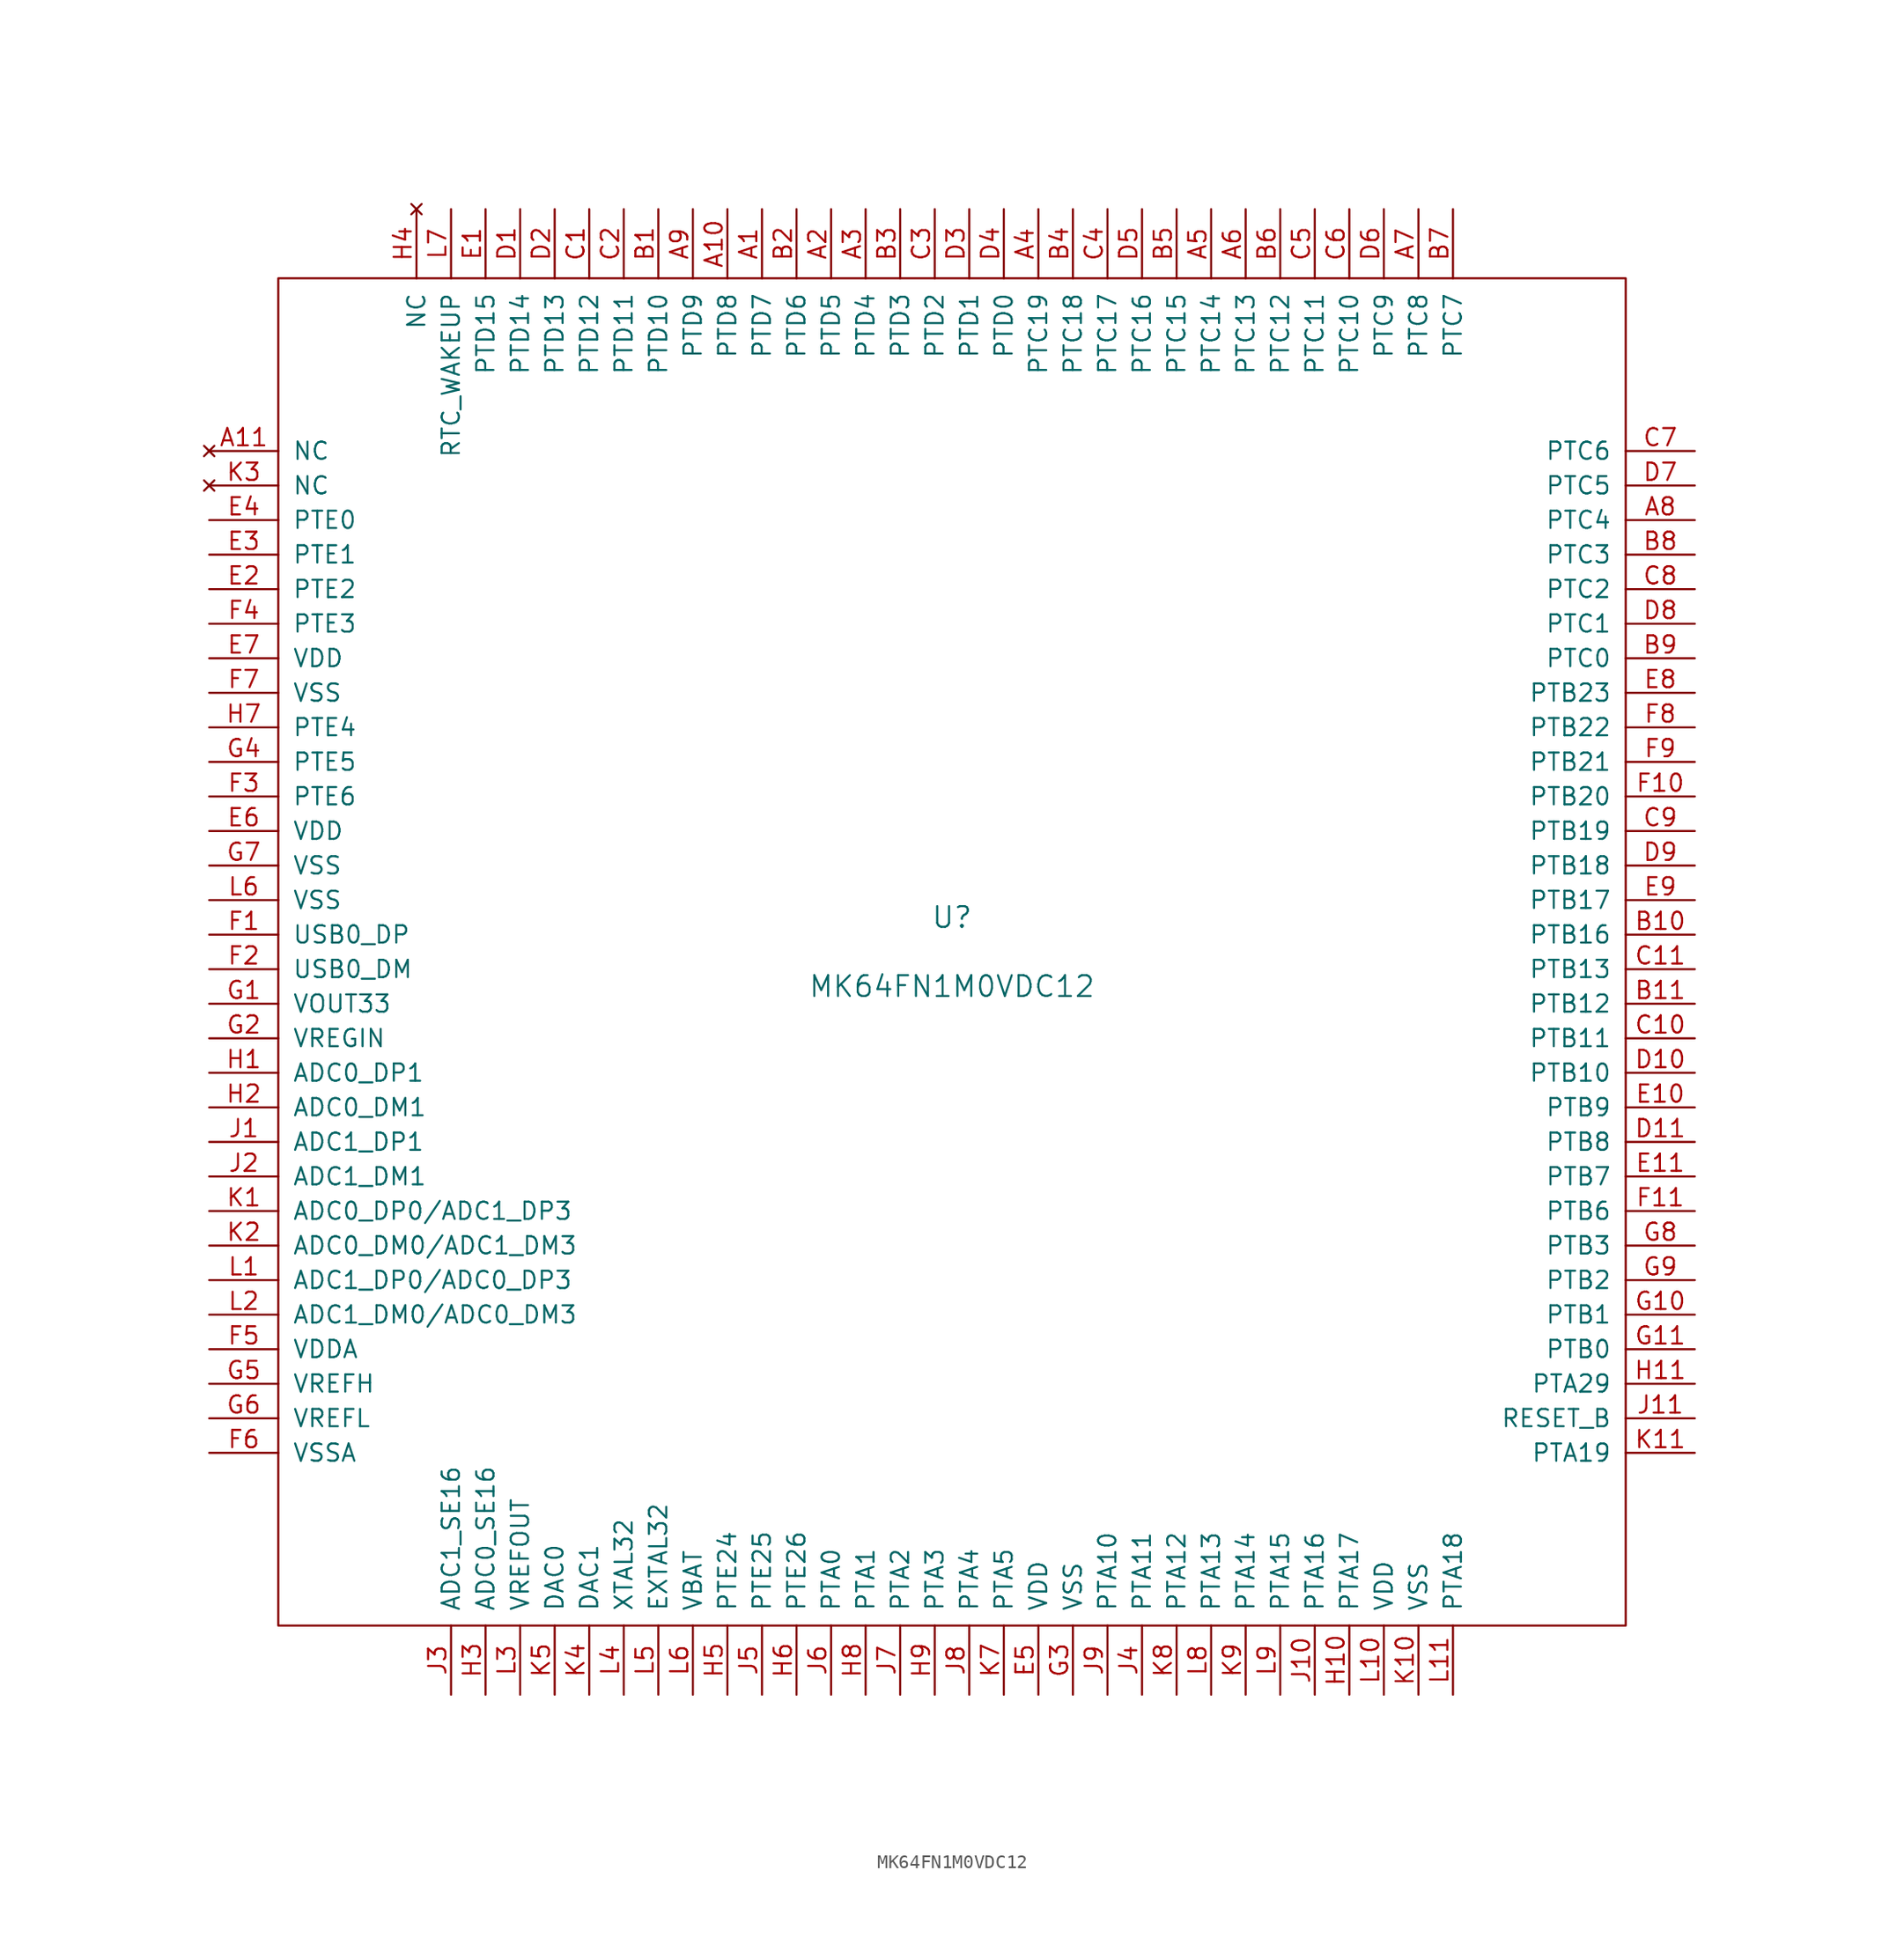
<source format=kicad_sym>
(kicad_symbol_lib
  (version 20201005)
  (generator kicad_symbol_editor)
  (symbol "MK64FN1M0VDC12"
    (pin_names
      (offset 1.016))
    (property "Reference" "U"
      (at 0 2.54 0)
      (effects (font (size 1.524 1.524))))
    (property "Value" "MK64FN1M0VDC12"
      (at 0 -2.54 0)
      (effects (font (size 1.524 1.524))))
    (symbol "MK64FN1M0VDC12_0_1"
      (rectangle (start -49.53 49.53) (end 49.53 -49.53) (stroke (width 0)) (fill (type none))))
    (symbol "MK64FN1M0VDC12_1_1"
      (pin bidirectional line (at -13.97 54.61 270) (length 5.08) (name "PTD7" (effects (font (size 1.27 1.27)))) (number "A1" (effects (font (size 1.27 1.27)))))
      (pin bidirectional line (at -16.51 54.61 270) (length 5.08) (name "PTD8" (effects (font (size 1.27 1.27)))) (number "A10" (effects (font (size 1.27 1.27)))))
      (pin unconnected line (at -54.61 36.83 0) (length 5.08) (name "NC" (effects (font (size 1.27 1.27)))) (number "A11" (effects (font (size 1.27 1.27)))))
      (pin bidirectional line (at -8.89 54.61 270) (length 5.08) (name "PTD5" (effects (font (size 1.27 1.27)))) (number "A2" (effects (font (size 1.27 1.27)))))
      (pin bidirectional line (at -6.35 54.61 270) (length 5.08) (name "PTD4" (effects (font (size 1.27 1.27)))) (number "A3" (effects (font (size 1.27 1.27)))))
      (pin bidirectional line (at 6.35 54.61 270) (length 5.08) (name "PTC19" (effects (font (size 1.27 1.27)))) (number "A4" (effects (font (size 1.27 1.27)))))
      (pin bidirectional line (at 19.05 54.61 270) (length 5.08) (name "PTC14" (effects (font (size 1.27 1.27)))) (number "A5" (effects (font (size 1.27 1.27)))))
      (pin bidirectional line (at 21.59 54.61 270) (length 5.08) (name "PTC13" (effects (font (size 1.27 1.27)))) (number "A6" (effects (font (size 1.27 1.27)))))
      (pin bidirectional line (at 34.29 54.61 270) (length 5.08) (name "PTC8" (effects (font (size 1.27 1.27)))) (number "A7" (effects (font (size 1.27 1.27)))))
      (pin bidirectional line (at 54.61 31.75 180) (length 5.08) (name "PTC4" (effects (font (size 1.27 1.27)))) (number "A8" (effects (font (size 1.27 1.27)))))
      (pin bidirectional line (at -19.05 54.61 270) (length 5.08) (name "PTD9" (effects (font (size 1.27 1.27)))) (number "A9" (effects (font (size 1.27 1.27)))))
      (pin bidirectional line (at -21.59 54.61 270) (length 5.08) (name "PTD10" (effects (font (size 1.27 1.27)))) (number "B1" (effects (font (size 1.27 1.27)))))
      (pin bidirectional line (at 54.61 1.27 180) (length 5.08) (name "PTB16" (effects (font (size 1.27 1.27)))) (number "B10" (effects (font (size 1.27 1.27)))))
      (pin input line (at 54.61 -3.81 180) (length 5.08) (name "PTB12" (effects (font (size 1.27 1.27)))) (number "B11" (effects (font (size 1.27 1.27)))))
      (pin bidirectional line (at -11.43 54.61 270) (length 5.08) (name "PTD6" (effects (font (size 1.27 1.27)))) (number "B2" (effects (font (size 1.27 1.27)))))
      (pin bidirectional line (at -3.81 54.61 270) (length 5.08) (name "PTD3" (effects (font (size 1.27 1.27)))) (number "B3" (effects (font (size 1.27 1.27)))))
      (pin bidirectional line (at 8.89 54.61 270) (length 5.08) (name "PTC18" (effects (font (size 1.27 1.27)))) (number "B4" (effects (font (size 1.27 1.27)))))
      (pin bidirectional line (at 16.51 54.61 270) (length 5.08) (name "PTC15" (effects (font (size 1.27 1.27)))) (number "B5" (effects (font (size 1.27 1.27)))))
      (pin bidirectional line (at 24.13 54.61 270) (length 5.08) (name "PTC12" (effects (font (size 1.27 1.27)))) (number "B6" (effects (font (size 1.27 1.27)))))
      (pin bidirectional line (at 36.83 54.61 270) (length 5.08) (name "PTC7" (effects (font (size 1.27 1.27)))) (number "B7" (effects (font (size 1.27 1.27)))))
      (pin bidirectional line (at 54.61 29.21 180) (length 5.08) (name "PTC3" (effects (font (size 1.27 1.27)))) (number "B8" (effects (font (size 1.27 1.27)))))
      (pin bidirectional line (at 54.61 21.59 180) (length 5.08) (name "PTC0" (effects (font (size 1.27 1.27)))) (number "B9" (effects (font (size 1.27 1.27)))))
      (pin bidirectional line (at -26.67 54.61 270) (length 5.08) (name "PTD12" (effects (font (size 1.27 1.27)))) (number "C1" (effects (font (size 1.27 1.27)))))
      (pin bidirectional line (at 54.61 -6.35 180) (length 5.08) (name "PTB11" (effects (font (size 1.27 1.27)))) (number "C10" (effects (font (size 1.27 1.27)))))
      (pin bidirectional line (at 54.61 -1.27 180) (length 5.08) (name "PTB13" (effects (font (size 1.27 1.27)))) (number "C11" (effects (font (size 1.27 1.27)))))
      (pin bidirectional line (at -24.13 54.61 270) (length 5.08) (name "PTD11" (effects (font (size 1.27 1.27)))) (number "C2" (effects (font (size 1.27 1.27)))))
      (pin bidirectional line (at -1.27 54.61 270) (length 5.08) (name "PTD2" (effects (font (size 1.27 1.27)))) (number "C3" (effects (font (size 1.27 1.27)))))
      (pin bidirectional line (at 11.43 54.61 270) (length 5.08) (name "PTC17" (effects (font (size 1.27 1.27)))) (number "C4" (effects (font (size 1.27 1.27)))))
      (pin bidirectional line (at 26.67 54.61 270) (length 5.08) (name "PTC11" (effects (font (size 1.27 1.27)))) (number "C5" (effects (font (size 1.27 1.27)))))
      (pin bidirectional line (at 29.21 54.61 270) (length 5.08) (name "PTC10" (effects (font (size 1.27 1.27)))) (number "C6" (effects (font (size 1.27 1.27)))))
      (pin bidirectional line (at 54.61 36.83 180) (length 5.08) (name "PTC6" (effects (font (size 1.27 1.27)))) (number "C7" (effects (font (size 1.27 1.27)))))
      (pin bidirectional line (at 54.61 26.67 180) (length 5.08) (name "PTC2" (effects (font (size 1.27 1.27)))) (number "C8" (effects (font (size 1.27 1.27)))))
      (pin bidirectional line (at 54.61 8.89 180) (length 5.08) (name "PTB19" (effects (font (size 1.27 1.27)))) (number "C9" (effects (font (size 1.27 1.27)))))
      (pin bidirectional line (at -31.75 54.61 270) (length 5.08) (name "PTD14" (effects (font (size 1.27 1.27)))) (number "D1" (effects (font (size 1.27 1.27)))))
      (pin bidirectional line (at 54.61 -8.89 180) (length 5.08) (name "PTB10" (effects (font (size 1.27 1.27)))) (number "D10" (effects (font (size 1.27 1.27)))))
      (pin bidirectional line (at 54.61 -13.97 180) (length 5.08) (name "PTB8" (effects (font (size 1.27 1.27)))) (number "D11" (effects (font (size 1.27 1.27)))))
      (pin bidirectional line (at -29.21 54.61 270) (length 5.08) (name "PTD13" (effects (font (size 1.27 1.27)))) (number "D2" (effects (font (size 1.27 1.27)))))
      (pin bidirectional line (at 1.27 54.61 270) (length 5.08) (name "PTD1" (effects (font (size 1.27 1.27)))) (number "D3" (effects (font (size 1.27 1.27)))))
      (pin bidirectional line (at 3.81 54.61 270) (length 5.08) (name "PTD0" (effects (font (size 1.27 1.27)))) (number "D4" (effects (font (size 1.27 1.27)))))
      (pin bidirectional line (at 13.97 54.61 270) (length 5.08) (name "PTC16" (effects (font (size 1.27 1.27)))) (number "D5" (effects (font (size 1.27 1.27)))))
      (pin bidirectional line (at 31.75 54.61 270) (length 5.08) (name "PTC9" (effects (font (size 1.27 1.27)))) (number "D6" (effects (font (size 1.27 1.27)))))
      (pin bidirectional line (at 54.61 34.29 180) (length 5.08) (name "PTC5" (effects (font (size 1.27 1.27)))) (number "D7" (effects (font (size 1.27 1.27)))))
      (pin power_in line (at 54.61 24.13 180) (length 5.08) (name "PTC1" (effects (font (size 1.27 1.27)))) (number "D8" (effects (font (size 1.27 1.27)))))
      (pin bidirectional line (at 54.61 6.35 180) (length 5.08) (name "PTB18" (effects (font (size 1.27 1.27)))) (number "D9" (effects (font (size 1.27 1.27)))))
      (pin bidirectional line (at -34.29 54.61 270) (length 5.08) (name "PTD15" (effects (font (size 1.27 1.27)))) (number "E1" (effects (font (size 1.27 1.27)))))
      (pin bidirectional line (at 54.61 -11.43 180) (length 5.08) (name "PTB9" (effects (font (size 1.27 1.27)))) (number "E10" (effects (font (size 1.27 1.27)))))
      (pin bidirectional line (at 54.61 -16.51 180) (length 5.08) (name "PTB7" (effects (font (size 1.27 1.27)))) (number "E11" (effects (font (size 1.27 1.27)))))
      (pin bidirectional line (at -54.61 26.67 0) (length 5.08) (name "PTE2" (effects (font (size 1.27 1.27)))) (number "E2" (effects (font (size 1.27 1.27)))))
      (pin bidirectional line (at -54.61 29.21 0) (length 5.08) (name "PTE1" (effects (font (size 1.27 1.27)))) (number "E3" (effects (font (size 1.27 1.27)))))
      (pin bidirectional line (at -54.61 31.75 0) (length 5.08) (name "PTE0" (effects (font (size 1.27 1.27)))) (number "E4" (effects (font (size 1.27 1.27)))))
      (pin power_in line (at 6.35 -54.61 90) (length 5.08) (name "VDD" (effects (font (size 1.27 1.27)))) (number "E5" (effects (font (size 1.27 1.27)))))
      (pin power_in line (at -54.61 8.89 0) (length 5.08) (name "VDD" (effects (font (size 1.27 1.27)))) (number "E6" (effects (font (size 1.27 1.27)))))
      (pin power_in line (at -54.61 21.59 0) (length 5.08) (name "VDD" (effects (font (size 1.27 1.27)))) (number "E7" (effects (font (size 1.27 1.27)))))
      (pin bidirectional line (at 54.61 19.05 180) (length 5.08) (name "PTB23" (effects (font (size 1.27 1.27)))) (number "E8" (effects (font (size 1.27 1.27)))))
      (pin bidirectional line (at 54.61 3.81 180) (length 5.08) (name "PTB17" (effects (font (size 1.27 1.27)))) (number "E9" (effects (font (size 1.27 1.27)))))
      (pin bidirectional line (at -54.61 1.27 0) (length 5.08) (name "USB0_DP" (effects (font (size 1.27 1.27)))) (number "F1" (effects (font (size 1.27 1.27)))))
      (pin bidirectional line (at 54.61 11.43 180) (length 5.08) (name "PTB20" (effects (font (size 1.27 1.27)))) (number "F10" (effects (font (size 1.27 1.27)))))
      (pin bidirectional line (at 54.61 -19.05 180) (length 5.08) (name "PTB6" (effects (font (size 1.27 1.27)))) (number "F11" (effects (font (size 1.27 1.27)))))
      (pin bidirectional line (at -54.61 -1.27 0) (length 5.08) (name "USB0_DM" (effects (font (size 1.27 1.27)))) (number "F2" (effects (font (size 1.27 1.27)))))
      (pin bidirectional line (at -54.61 11.43 0) (length 5.08) (name "PTE6" (effects (font (size 1.27 1.27)))) (number "F3" (effects (font (size 1.27 1.27)))))
      (pin bidirectional line (at -54.61 24.13 0) (length 5.08) (name "PTE3" (effects (font (size 1.27 1.27)))) (number "F4" (effects (font (size 1.27 1.27)))))
      (pin power_in line (at -54.61 -29.21 0) (length 5.08) (name "VDDA" (effects (font (size 1.27 1.27)))) (number "F5" (effects (font (size 1.27 1.27)))))
      (pin power_in line (at -54.61 -36.83 0) (length 5.08) (name "VSSA" (effects (font (size 1.27 1.27)))) (number "F6" (effects (font (size 1.27 1.27)))))
      (pin power_in line (at -54.61 19.05 0) (length 5.08) (name "VSS" (effects (font (size 1.27 1.27)))) (number "F7" (effects (font (size 1.27 1.27)))))
      (pin bidirectional line (at 54.61 16.51 180) (length 5.08) (name "PTB22" (effects (font (size 1.27 1.27)))) (number "F8" (effects (font (size 1.27 1.27)))))
      (pin bidirectional line (at 54.61 13.97 180) (length 5.08) (name "PTB21" (effects (font (size 1.27 1.27)))) (number "F9" (effects (font (size 1.27 1.27)))))
      (pin power_out line (at -54.61 -3.81 0) (length 5.08) (name "VOUT33" (effects (font (size 1.27 1.27)))) (number "G1" (effects (font (size 1.27 1.27)))))
      (pin bidirectional line (at 54.61 -26.67 180) (length 5.08) (name "PTB1" (effects (font (size 1.27 1.27)))) (number "G10" (effects (font (size 1.27 1.27)))))
      (pin bidirectional line (at 54.61 -29.21 180) (length 5.08) (name "PTB0" (effects (font (size 1.27 1.27)))) (number "G11" (effects (font (size 1.27 1.27)))))
      (pin power_in line (at -54.61 -6.35 0) (length 5.08) (name "VREGIN" (effects (font (size 1.27 1.27)))) (number "G2" (effects (font (size 1.27 1.27)))))
      (pin power_in line (at 8.89 -54.61 90) (length 5.08) (name "VSS" (effects (font (size 1.27 1.27)))) (number "G3" (effects (font (size 1.27 1.27)))))
      (pin bidirectional line (at -54.61 13.97 0) (length 5.08) (name "PTE5" (effects (font (size 1.27 1.27)))) (number "G4" (effects (font (size 1.27 1.27)))))
      (pin power_in line (at -54.61 -31.75 0) (length 5.08) (name "VREFH" (effects (font (size 1.27 1.27)))) (number "G5" (effects (font (size 1.27 1.27)))))
      (pin power_in line (at -54.61 -34.29 0) (length 5.08) (name "VREFL" (effects (font (size 1.27 1.27)))) (number "G6" (effects (font (size 1.27 1.27)))))
      (pin power_in line (at -54.61 6.35 0) (length 5.08) (name "VSS" (effects (font (size 1.27 1.27)))) (number "G7" (effects (font (size 1.27 1.27)))))
      (pin bidirectional line (at 54.61 -21.59 180) (length 5.08) (name "PTB3" (effects (font (size 1.27 1.27)))) (number "G8" (effects (font (size 1.27 1.27)))))
      (pin bidirectional line (at 54.61 -24.13 180) (length 5.08) (name "PTB2" (effects (font (size 1.27 1.27)))) (number "G9" (effects (font (size 1.27 1.27)))))
      (pin input line (at -54.61 -8.89 0) (length 5.08) (name "ADC0_DP1" (effects (font (size 1.27 1.27)))) (number "H1" (effects (font (size 1.27 1.27)))))
      (pin bidirectional line (at 29.21 -54.61 90) (length 5.08) (name "PTA17" (effects (font (size 1.27 1.27)))) (number "H10" (effects (font (size 1.27 1.27)))))
      (pin bidirectional line (at 54.61 -31.75 180) (length 5.08) (name "PTA29" (effects (font (size 1.27 1.27)))) (number "H11" (effects (font (size 1.27 1.27)))))
      (pin input line (at -54.61 -11.43 0) (length 5.08) (name "ADC0_DM1" (effects (font (size 1.27 1.27)))) (number "H2" (effects (font (size 1.27 1.27)))))
      (pin input line (at -34.29 -54.61 90) (length 5.08) (name "ADC0_SE16" (effects (font (size 1.27 1.27)))) (number "H3" (effects (font (size 1.27 1.27)))))
      (pin unconnected line (at -39.37 54.61 270) (length 5.08) (name "NC" (effects (font (size 1.27 1.27)))) (number "H4" (effects (font (size 1.27 1.27)))))
      (pin bidirectional line (at -16.51 -54.61 90) (length 5.08) (name "PTE24" (effects (font (size 1.27 1.27)))) (number "H5" (effects (font (size 1.27 1.27)))))
      (pin bidirectional line (at -11.43 -54.61 90) (length 5.08) (name "PTE26" (effects (font (size 1.27 1.27)))) (number "H6" (effects (font (size 1.27 1.27)))))
      (pin bidirectional line (at -54.61 16.51 0) (length 5.08) (name "PTE4" (effects (font (size 1.27 1.27)))) (number "H7" (effects (font (size 1.27 1.27)))))
      (pin bidirectional line (at -6.35 -54.61 90) (length 5.08) (name "PTA1" (effects (font (size 1.27 1.27)))) (number "H8" (effects (font (size 1.27 1.27)))))
      (pin bidirectional line (at -1.27 -54.61 90) (length 5.08) (name "PTA3" (effects (font (size 1.27 1.27)))) (number "H9" (effects (font (size 1.27 1.27)))))
      (pin input line (at -54.61 -13.97 0) (length 5.08) (name "ADC1_DP1" (effects (font (size 1.27 1.27)))) (number "J1" (effects (font (size 1.27 1.27)))))
      (pin bidirectional line (at 26.67 -54.61 90) (length 5.08) (name "PTA16" (effects (font (size 1.27 1.27)))) (number "J10" (effects (font (size 1.27 1.27)))))
      (pin bidirectional line (at 54.61 -34.29 180) (length 5.08) (name "RESET_B" (effects (font (size 1.27 1.27)))) (number "J11" (effects (font (size 1.27 1.27)))))
      (pin input line (at -54.61 -16.51 0) (length 5.08) (name "ADC1_DM1" (effects (font (size 1.27 1.27)))) (number "J2" (effects (font (size 1.27 1.27)))))
      (pin input line (at -36.83 -54.61 90) (length 5.08) (name "ADC1_SE16" (effects (font (size 1.27 1.27)))) (number "J3" (effects (font (size 1.27 1.27)))))
      (pin bidirectional line (at 13.97 -54.61 90) (length 5.08) (name "PTA11" (effects (font (size 1.27 1.27)))) (number "J4" (effects (font (size 1.27 1.27)))))
      (pin bidirectional line (at -13.97 -54.61 90) (length 5.08) (name "PTE25" (effects (font (size 1.27 1.27)))) (number "J5" (effects (font (size 1.27 1.27)))))
      (pin bidirectional line (at -8.89 -54.61 90) (length 5.08) (name "PTA0" (effects (font (size 1.27 1.27)))) (number "J6" (effects (font (size 1.27 1.27)))))
      (pin bidirectional line (at -3.81 -54.61 90) (length 5.08) (name "PTA2" (effects (font (size 1.27 1.27)))) (number "J7" (effects (font (size 1.27 1.27)))))
      (pin bidirectional line (at 1.27 -54.61 90) (length 5.08) (name "PTA4" (effects (font (size 1.27 1.27)))) (number "J8" (effects (font (size 1.27 1.27)))))
      (pin bidirectional line (at 11.43 -54.61 90) (length 5.08) (name "PTA10" (effects (font (size 1.27 1.27)))) (number "J9" (effects (font (size 1.27 1.27)))))
      (pin input line (at -54.61 -19.05 0) (length 5.08) (name "ADC0_DP0/ADC1_DP3" (effects (font (size 1.27 1.27)))) (number "K1" (effects (font (size 1.27 1.27)))))
      (pin power_in line (at 34.29 -54.61 90) (length 5.08) (name "VSS" (effects (font (size 1.27 1.27)))) (number "K10" (effects (font (size 1.27 1.27)))))
      (pin bidirectional line (at 54.61 -36.83 180) (length 5.08) (name "PTA19" (effects (font (size 1.27 1.27)))) (number "K11" (effects (font (size 1.27 1.27)))))
      (pin input line (at -54.61 -21.59 0) (length 5.08) (name "ADC0_DM0/ADC1_DM3" (effects (font (size 1.27 1.27)))) (number "K2" (effects (font (size 1.27 1.27)))))
      (pin unconnected line (at -54.61 34.29 0) (length 5.08) (name "NC" (effects (font (size 1.27 1.27)))) (number "K3" (effects (font (size 1.27 1.27)))))
      (pin output line (at -26.67 -54.61 90) (length 5.08) (name "DAC1" (effects (font (size 1.27 1.27)))) (number "K4" (effects (font (size 1.27 1.27)))))
      (pin output line (at -29.21 -54.61 90) (length 5.08) (name "DAC0" (effects (font (size 1.27 1.27)))) (number "K5" (effects (font (size 1.27 1.27)))))
      (pin bidirectional line (at 3.81 -54.61 90) (length 5.08) (name "PTA5" (effects (font (size 1.27 1.27)))) (number "K7" (effects (font (size 1.27 1.27)))))
      (pin bidirectional line (at 16.51 -54.61 90) (length 5.08) (name "PTA12" (effects (font (size 1.27 1.27)))) (number "K8" (effects (font (size 1.27 1.27)))))
      (pin bidirectional line (at 21.59 -54.61 90) (length 5.08) (name "PTA14" (effects (font (size 1.27 1.27)))) (number "K9" (effects (font (size 1.27 1.27)))))
      (pin input line (at -54.61 -24.13 0) (length 5.08) (name "ADC1_DP0/ADC0_DP3" (effects (font (size 1.27 1.27)))) (number "L1" (effects (font (size 1.27 1.27)))))
      (pin power_in line (at 31.75 -54.61 90) (length 5.08) (name "VDD" (effects (font (size 1.27 1.27)))) (number "L10" (effects (font (size 1.27 1.27)))))
      (pin bidirectional line (at 36.83 -54.61 90) (length 5.08) (name "PTA18" (effects (font (size 1.27 1.27)))) (number "L11" (effects (font (size 1.27 1.27)))))
      (pin input line (at -54.61 -26.67 0) (length 5.08) (name "ADC1_DM0/ADC0_DM3" (effects (font (size 1.27 1.27)))) (number "L2" (effects (font (size 1.27 1.27)))))
      (pin output line (at -31.75 -54.61 90) (length 5.08) (name "VREFOUT" (effects (font (size 1.27 1.27)))) (number "L3" (effects (font (size 1.27 1.27)))))
      (pin input line (at -24.13 -54.61 90) (length 5.08) (name "XTAL32" (effects (font (size 1.27 1.27)))) (number "L4" (effects (font (size 1.27 1.27)))))
      (pin input line (at -21.59 -54.61 90) (length 5.08) (name "EXTAL32" (effects (font (size 1.27 1.27)))) (number "L5" (effects (font (size 1.27 1.27)))))
      (pin power_in line (at -19.05 -54.61 90) (length 5.08) (name "VBAT" (effects (font (size 1.27 1.27)))) (number "L6" (effects (font (size 1.27 1.27)))))
      (pin power_in line (at -54.61 3.81 0) (length 5.08) (name "VSS" (effects (font (size 1.27 1.27)))) (number "L6" (effects (font (size 1.27 1.27)))))
      (pin input line (at -36.83 54.61 270) (length 5.08) (name "RTC_WAKEUP" (effects (font (size 1.27 1.27)))) (number "L7" (effects (font (size 1.27 1.27)))))
      (pin bidirectional line (at 19.05 -54.61 90) (length 5.08) (name "PTA13" (effects (font (size 1.27 1.27)))) (number "L8" (effects (font (size 1.27 1.27)))))
      (pin bidirectional line (at 24.13 -54.61 90) (length 5.08) (name "PTA15" (effects (font (size 1.27 1.27)))) (number "L9" (effects (font (size 1.27 1.27))))))))
</source>
